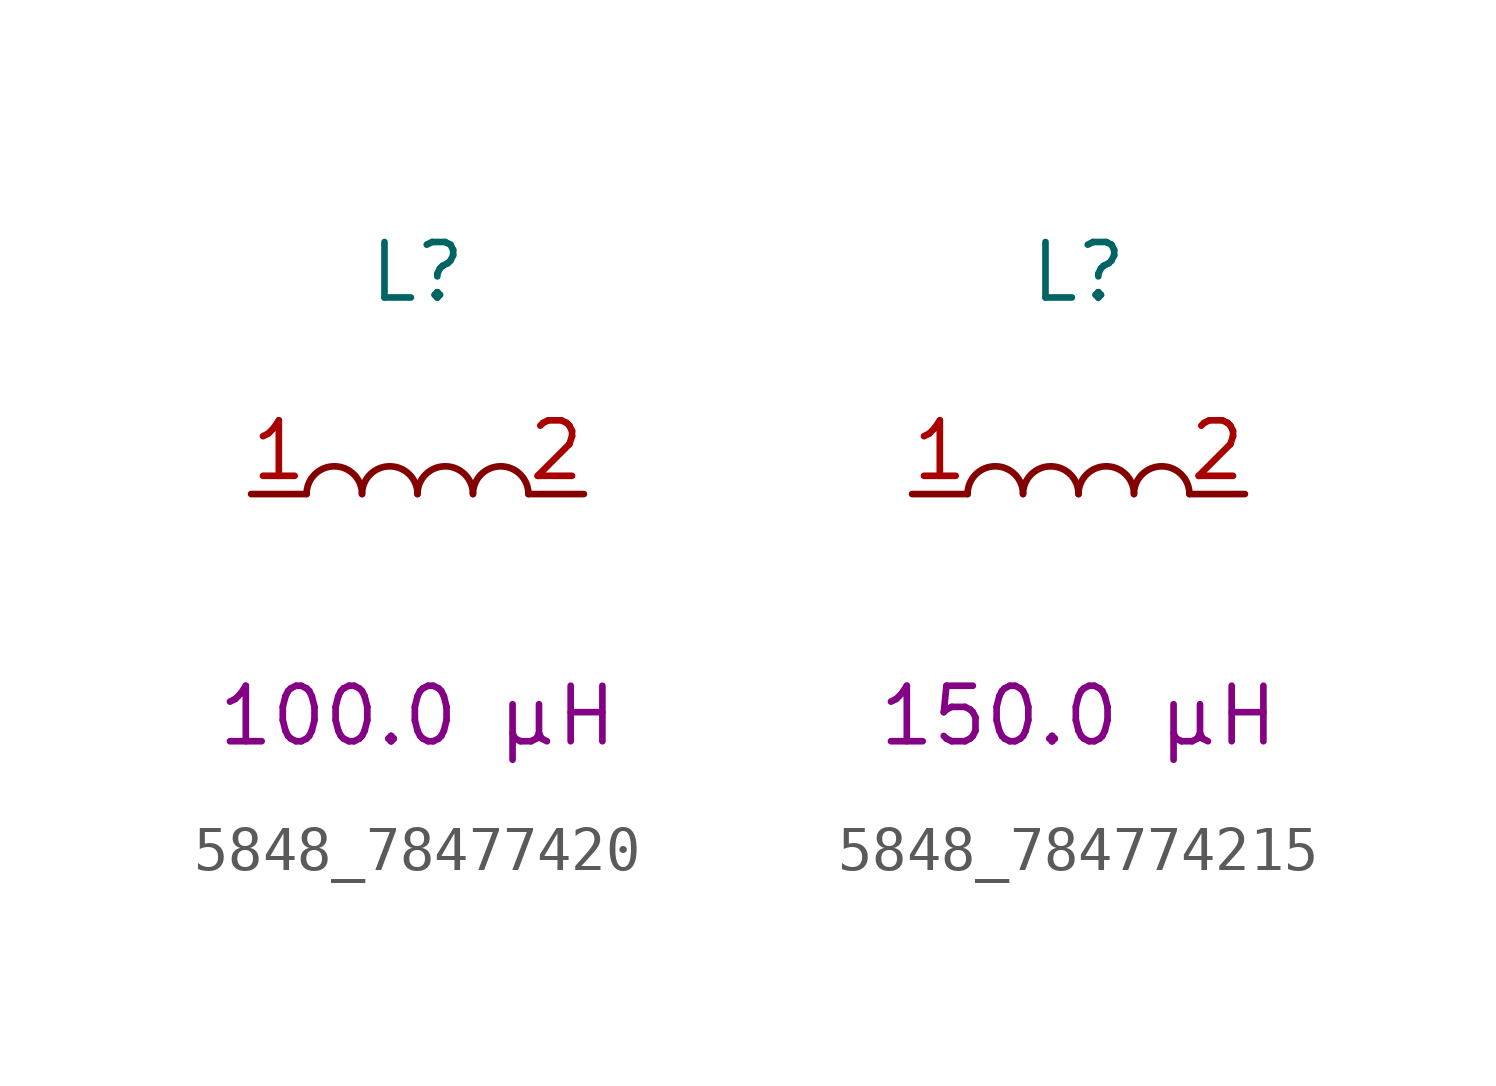
<source format=kicad_sym>
(kicad_symbol_lib
  (version 20220914)
  (generator kicad_symbol_editor)
  (symbol "5848_78477420"
    (pin_names hide)
    (property "Reference" "L"
      (at 0 5.08 0)
      (effects (font (size 1.27 1.27))))
    (property "Critical Parameter" "100.0 µH"
      (at 0 -5.08 0)
      (effects (font (size 1.27 1.27))))
    (symbol "5848_78477420_0_1"
      (arc (start -1.27 0) (mid -1.905 0.6323) (end -2.54 0) (stroke (width 0) (type default)) (fill (type none)))
      (arc (start 0 0) (mid -0.635 0.6323) (end -1.27 0) (stroke (width 0) (type default)) (fill (type none)))
      (arc (start 1.27 0) (mid 0.635 0.6323) (end 0 0) (stroke (width 0) (type default)) (fill (type none)))
      (arc (start 2.54 0) (mid 1.905 0.6323) (end 1.27 0) (stroke (width 0) (type default)) (fill (type none))))
    (symbol "5848_78477420_1_1"
      (pin passive line (at -3.81 0 0) (length 1.27) (name "1" (effects (font (size 1.27 1.27)))) (number "1" (effects (font (size 1.27 1.27)))))
      (pin passive line (at 3.81 0 180) (length 1.27) (name "2" (effects (font (size 1.27 1.27)))) (number "2" (effects (font (size 1.27 1.27)))))))
  (symbol "5848_784774215"
    (pin_names hide)
    (property "Reference" "L"
      (at 0 5.08 0)
      (effects (font (size 1.27 1.27))))
    (property "Critical Parameter" "150.0 µH"
      (at 0 -5.08 0)
      (effects (font (size 1.27 1.27))))
    (symbol "5848_784774215_0_1"
      (arc (start -1.27 0) (mid -1.905 0.6323) (end -2.54 0) (stroke (width 0) (type default)) (fill (type none)))
      (arc (start 0 0) (mid -0.635 0.6323) (end -1.27 0) (stroke (width 0) (type default)) (fill (type none)))
      (arc (start 1.27 0) (mid 0.635 0.6323) (end 0 0) (stroke (width 0) (type default)) (fill (type none)))
      (arc (start 2.54 0) (mid 1.905 0.6323) (end 1.27 0) (stroke (width 0) (type default)) (fill (type none))))
    (symbol "5848_784774215_1_1"
      (pin passive line (at -3.81 0 0) (length 1.27) (name "1" (effects (font (size 1.27 1.27)))) (number "1" (effects (font (size 1.27 1.27)))))
      (pin passive line (at 3.81 0 180) (length 1.27) (name "2" (effects (font (size 1.27 1.27)))) (number "2" (effects (font (size 1.27 1.27))))))))
</source>
